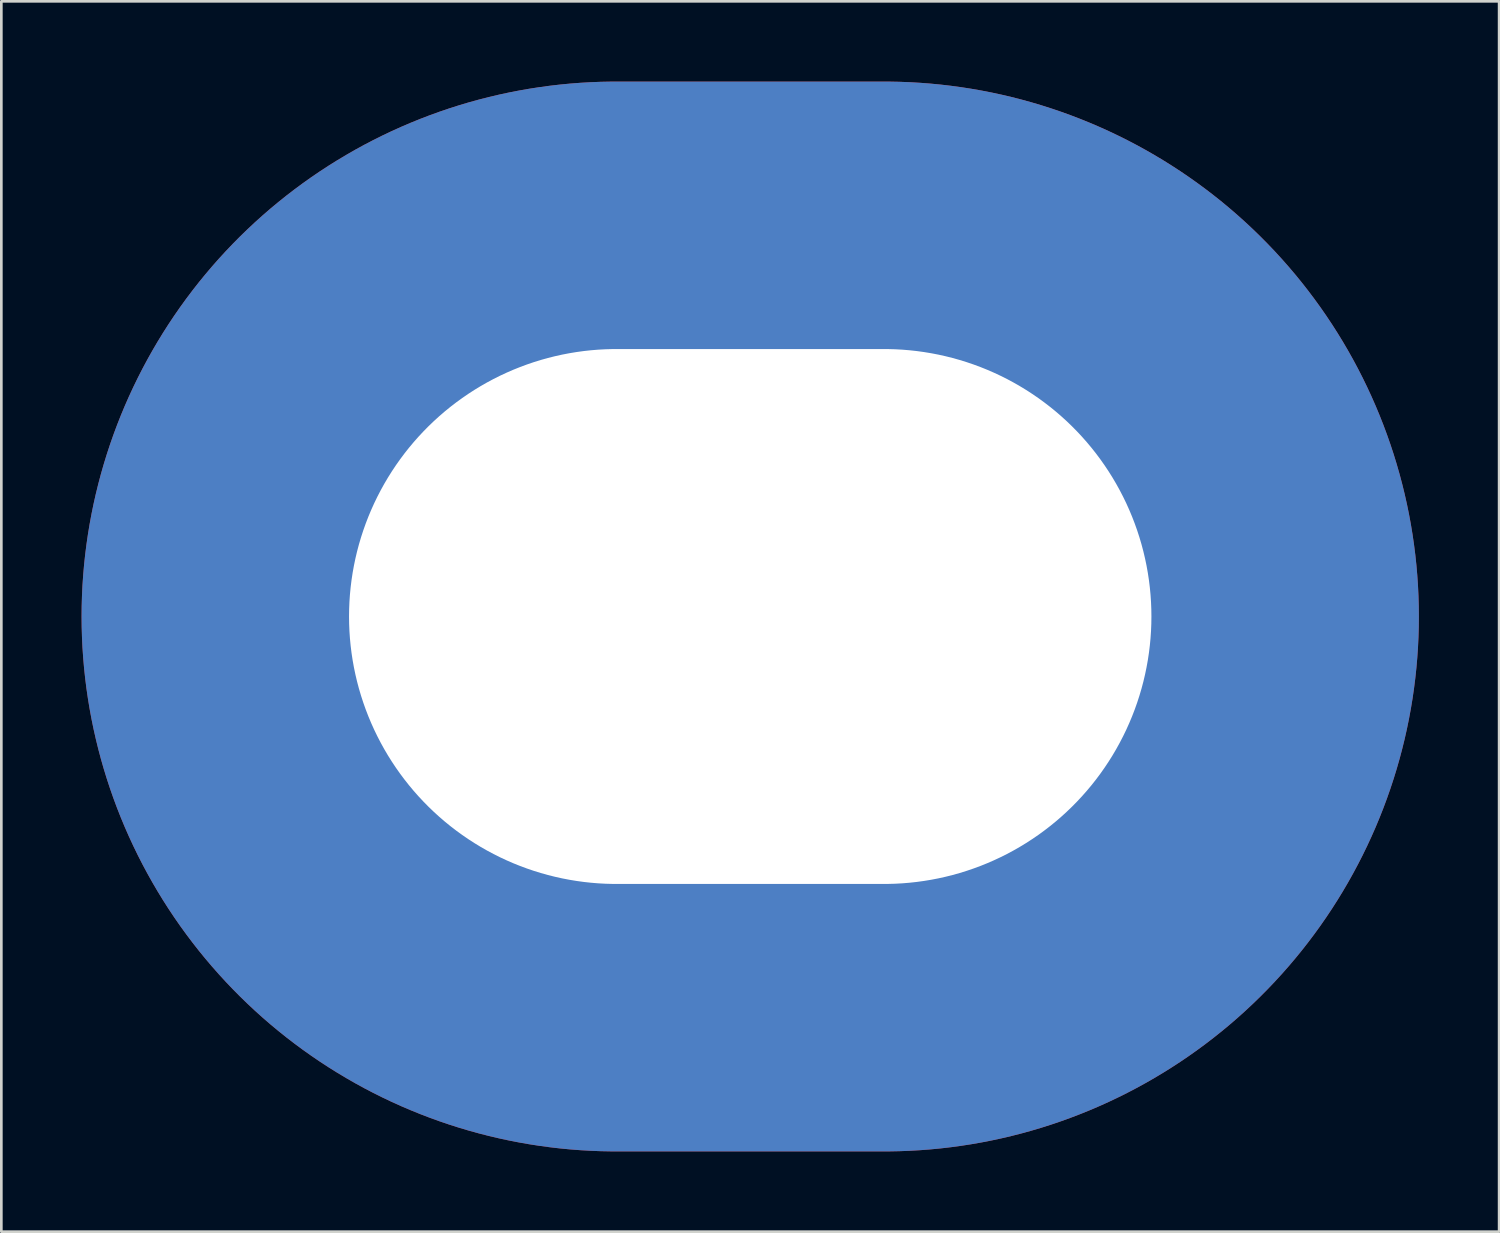
<source format=kicad_pcb>
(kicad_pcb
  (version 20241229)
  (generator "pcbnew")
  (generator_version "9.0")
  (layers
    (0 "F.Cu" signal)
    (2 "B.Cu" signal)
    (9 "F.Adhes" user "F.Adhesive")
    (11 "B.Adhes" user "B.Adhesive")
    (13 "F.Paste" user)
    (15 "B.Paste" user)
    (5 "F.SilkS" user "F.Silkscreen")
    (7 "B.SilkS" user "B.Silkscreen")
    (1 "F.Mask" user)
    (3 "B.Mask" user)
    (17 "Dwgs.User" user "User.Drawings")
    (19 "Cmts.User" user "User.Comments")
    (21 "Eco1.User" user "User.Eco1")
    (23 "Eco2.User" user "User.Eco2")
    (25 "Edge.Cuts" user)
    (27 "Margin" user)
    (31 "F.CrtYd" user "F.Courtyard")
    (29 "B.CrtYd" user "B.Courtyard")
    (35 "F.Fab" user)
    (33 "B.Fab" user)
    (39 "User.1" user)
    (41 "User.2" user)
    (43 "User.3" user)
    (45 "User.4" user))
  (footprint "Electrode_ThroughHole_V0.1"
    (layer "F.Cu")
    (at 25 16.3)
    (property "Reference" "Electrode_ThroughHole_V0.1" (at 0 0.5 0) (layer "F.SilkS") (effects (font (size 1 1) (thickness 0.15))))
    (attr through_hole)
    (pad "1" thru_hole oval (at 0 3.7) (size 50 40) (drill oval 30 20) (layers "*.Cu" "*.Mask")))
  (gr_rect
    (start -3 -3)
    (end 53 43)
    (stroke (width 0.1) (type default))
    (fill no)
    (layer "Edge.Cuts")))
</source>
